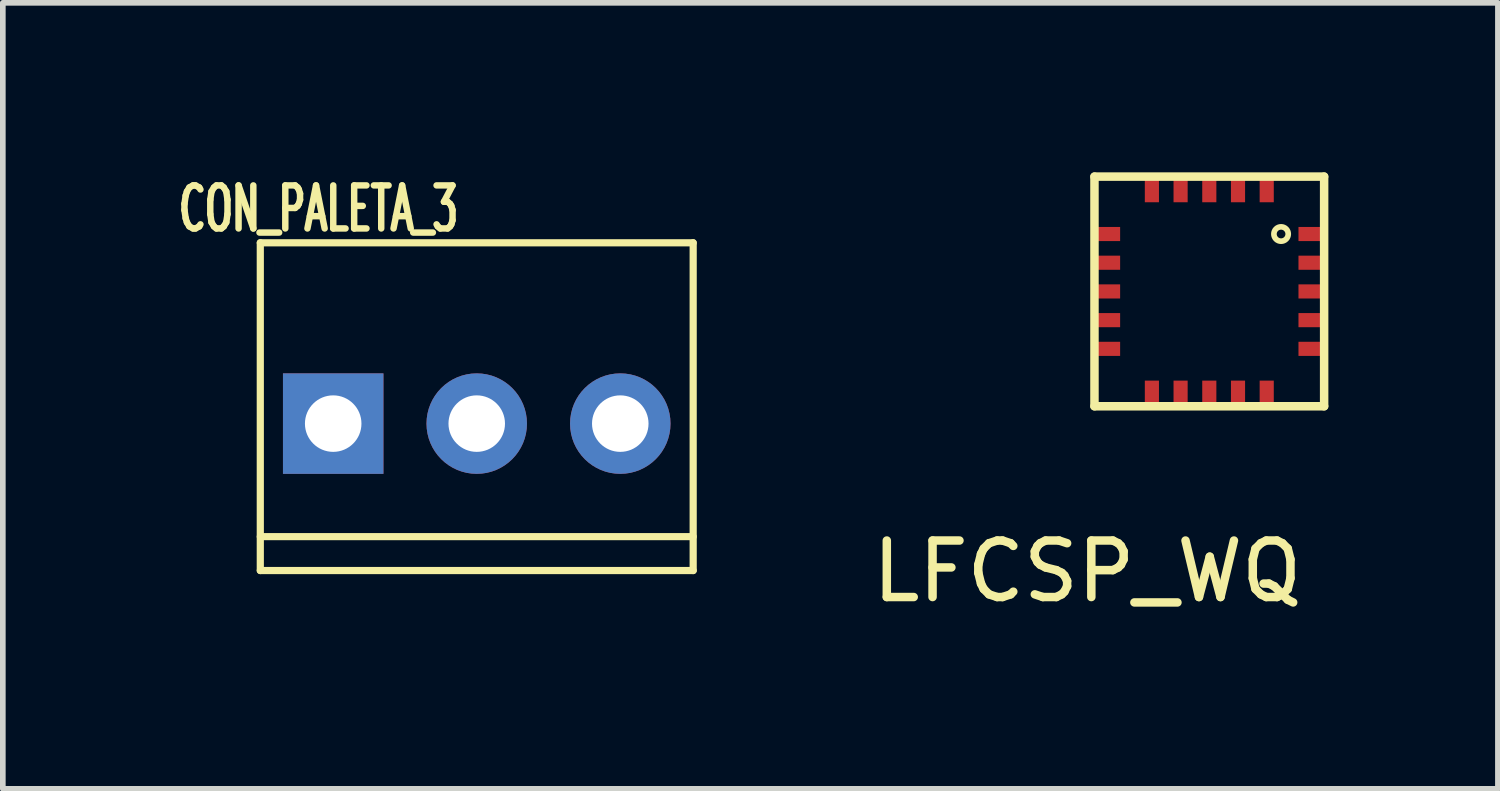
<source format=kicad_pcb>
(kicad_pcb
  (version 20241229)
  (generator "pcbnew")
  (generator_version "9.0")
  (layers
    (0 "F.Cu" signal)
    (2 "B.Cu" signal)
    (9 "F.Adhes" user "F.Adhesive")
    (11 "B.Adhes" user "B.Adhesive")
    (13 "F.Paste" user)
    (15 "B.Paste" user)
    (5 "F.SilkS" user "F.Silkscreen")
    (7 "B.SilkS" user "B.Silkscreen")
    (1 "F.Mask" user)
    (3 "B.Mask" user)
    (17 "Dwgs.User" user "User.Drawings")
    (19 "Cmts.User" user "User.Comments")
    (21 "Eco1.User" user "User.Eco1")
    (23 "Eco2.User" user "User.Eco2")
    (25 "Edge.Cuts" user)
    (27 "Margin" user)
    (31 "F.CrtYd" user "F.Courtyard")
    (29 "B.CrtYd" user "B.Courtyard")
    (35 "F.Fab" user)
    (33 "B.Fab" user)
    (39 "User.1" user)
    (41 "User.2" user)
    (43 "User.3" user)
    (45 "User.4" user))
  (footprint "LFCSP_WQ"
    (layer "F.Cu")
    (at 18.349 2.107)
    (property "Reference" "LFCSP_WQ" (at -2.159 4.953 0) (layer "F.SilkS") (effects (font (size 1 1) (thickness 0.15))))
    (attr through_hole)
    (fp_line (start -2.032 -2.032) (end 2.032 -2.032) (stroke (width 0.15) (type solid)) (layer "F.SilkS"))
    (fp_line (start -2.032 2.032) (end -2.032 -2.032) (stroke (width 0.15) (type solid)) (layer "F.SilkS"))
    (fp_line (start 2.032 -2.032) (end 2.032 2.032) (stroke (width 0.15) (type solid)) (layer "F.SilkS"))
    (fp_line (start 2.032 2.032) (end -2.032 2.032) (stroke (width 0.15) (type solid)) (layer "F.SilkS"))
    (fp_circle (center 1.27 -1.016) (end 1.27 -1.143) (stroke (width 0.1) (type solid)) (fill no) (layer "F.SilkS"))
    (pad "1" smd rect (at 1.778 -1.016) (size 0.4 0.25) (layers "F.Cu" "F.Mask" "F.Paste"))
    (pad "2" smd rect (at 1.778 -0.508) (size 0.4 0.25) (layers "F.Cu" "F.Mask" "F.Paste"))
    (pad "3" smd rect (at 1.778 0) (size 0.4 0.25) (layers "F.Cu" "F.Mask" "F.Paste"))
    (pad "4" smd rect (at 1.778 0.508) (size 0.4 0.25) (layers "F.Cu" "F.Mask" "F.Paste"))
    (pad "5" smd rect (at 1.778 1.016) (size 0.4 0.25) (layers "F.Cu" "F.Mask" "F.Paste"))
    (pad "6" smd rect (at 1.016 1.778 90) (size 0.4 0.25) (layers "F.Cu" "F.Mask" "F.Paste"))
    (pad "7" smd rect (at 0.508 1.778 90) (size 0.4 0.25) (layers "F.Cu" "F.Mask" "F.Paste"))
    (pad "8" smd rect (at 0 1.778 90) (size 0.4 0.25) (layers "F.Cu" "F.Mask" "F.Paste"))
    (pad "9" smd rect (at -0.508 1.778 90) (size 0.4 0.25) (layers "F.Cu" "F.Mask" "F.Paste"))
    (pad "10" smd rect (at -1.016 1.778 90) (size 0.4 0.25) (layers "F.Cu" "F.Mask" "F.Paste"))
    (pad "11" smd rect (at -1.778 1.016) (size 0.4 0.25) (layers "F.Cu" "F.Mask" "F.Paste"))
    (pad "12" smd rect (at -1.778 0.508) (size 0.4 0.25) (layers "F.Cu" "F.Mask" "F.Paste"))
    (pad "13" smd rect (at -1.778 0) (size 0.4 0.25) (layers "F.Cu" "F.Mask" "F.Paste"))
    (pad "14" smd rect (at -1.778 -0.508) (size 0.4 0.25) (layers "F.Cu" "F.Mask" "F.Paste"))
    (pad "15" smd rect (at -1.778 -1.016) (size 0.4 0.25) (layers "F.Cu" "F.Mask" "F.Paste"))
    (pad "16" smd rect (at -1.016 -1.778 90) (size 0.4 0.25) (layers "F.Cu" "F.Mask" "F.Paste"))
    (pad "17" smd rect (at -0.508 -1.778 90) (size 0.4 0.25) (layers "F.Cu" "F.Mask" "F.Paste"))
    (pad "18" smd rect (at 0 -1.778 90) (size 0.4 0.25) (layers "F.Cu" "F.Mask" "F.Paste"))
    (pad "19" smd rect (at 0.508 -1.778 90) (size 0.4 0.25) (layers "F.Cu" "F.Mask" "F.Paste"))
    (pad "20" smd rect (at 1.016 -1.778 90) (size 0.4 0.25) (layers "F.Cu" "F.Mask" "F.Paste")))
  (footprint "CON_PALETA_3"
    (layer "F.Cu")
    (at 5.386 4.446)
    (property "Reference" "CON_PALETA_3" (at -2.8 -3.8 0) (layer "F.SilkS") (effects (font (size 0.762 0.457) (thickness 0.127))))
    (attr through_hole)
    (fp_line (start -3.83 -3.2) (end 3.83 -3.2) (stroke (width 0.127) (type solid)) (layer "F.SilkS"))
    (fp_line (start -3.83 2.6) (end -3.83 -3.2) (stroke (width 0.127) (type solid)) (layer "F.SilkS"))
    (fp_line (start 3.83 -3.2) (end 3.83 2.6) (stroke (width 0.127) (type solid)) (layer "F.SilkS"))
    (fp_line (start 3.83 2) (end -3.83 2) (stroke (width 0.127) (type solid)) (layer "F.SilkS"))
    (fp_line (start 3.83 2.6) (end -3.83 2.6) (stroke (width 0.127) (type solid)) (layer "F.SilkS"))
    (pad "1" thru_hole rect (at -2.54 0) (size 1.778 1.778) (drill 1) (layers "*.Cu" "*.Mask"))
    (pad "2" thru_hole circle (at 0 0) (size 1.778 1.778) (drill 1) (layers "*.Cu" "*.Mask"))
    (pad "3" thru_hole circle (at 2.54 0) (size 1.778 1.778) (drill 1) (layers "*.Cu" "*.Mask")))
  (gr_rect
    (start -3 -3)
    (end 23.456 10.908)
    (stroke (width 0.1) (type default))
    (fill no)
    (layer "Edge.Cuts")))
</source>
